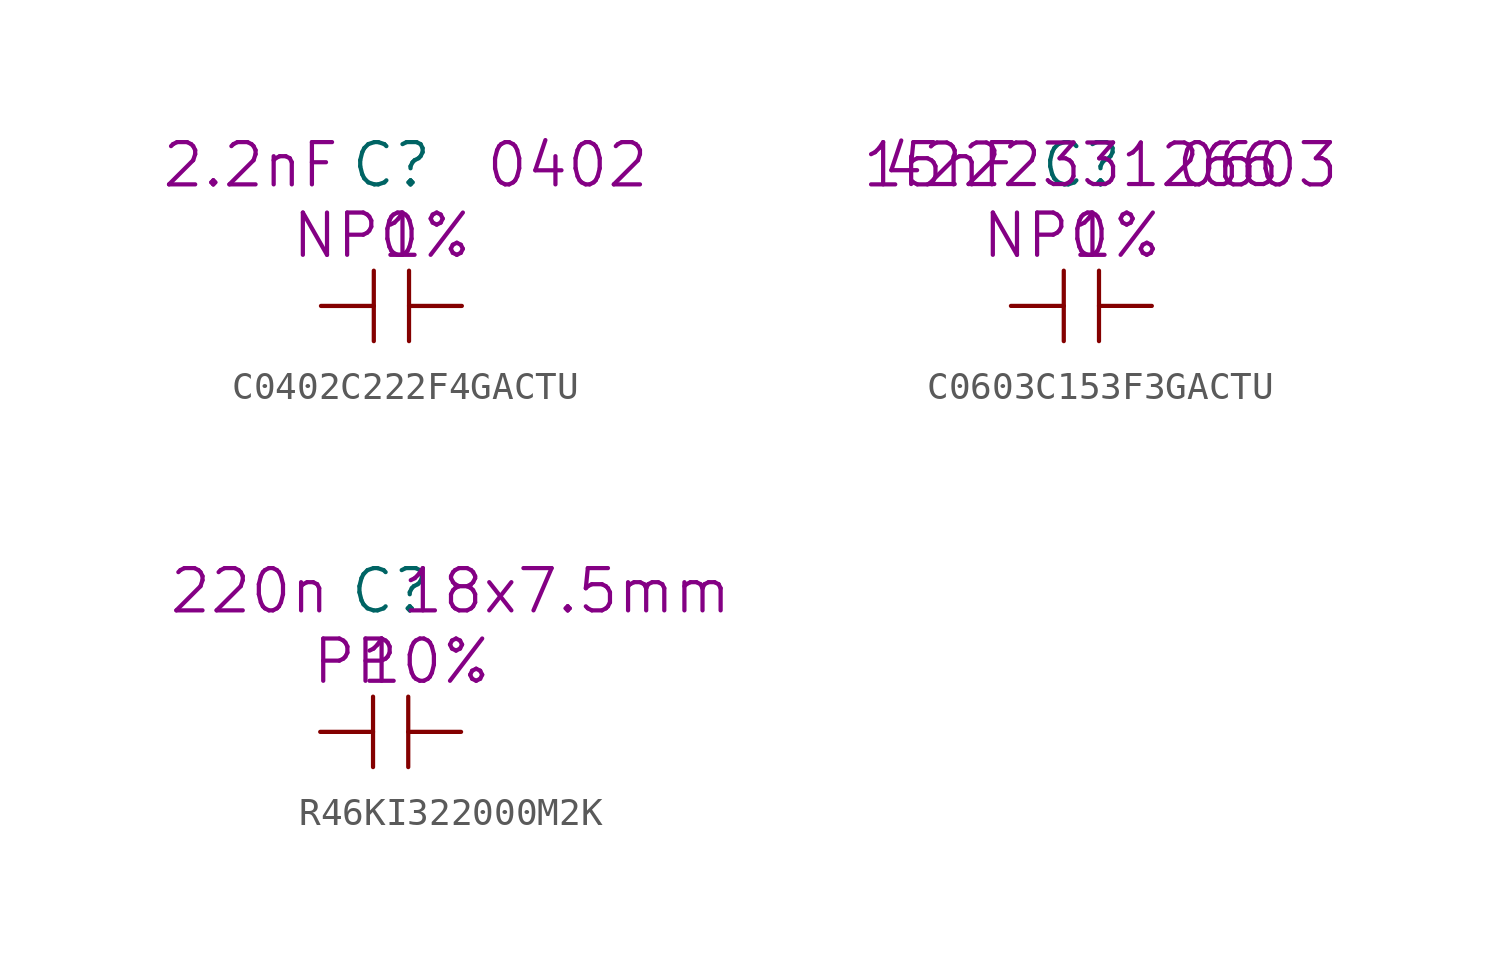
<source format=kicad_sym>
(kicad_symbol_lib
  (version 20220914)
  (generator kicad_symbol_editor)
  (symbol "C0402C222F4GACTU"
    (pin_numbers hide)
    (pin_names
      (offset 1.016) hide)
    (property "Reference" "C"
      (at 0 5.08 0)
      (effects (font (size 1.524 1.524))))
    (property "Value2" "2.2nF"
      (at -5.08 5.08 0)
      (effects (font (size 1.524 1.524))))
    (property "Size" "0402"
      (at 6.35 5.08 0)
      (effects (font (size 1.524 1.524))))
    (property "Tolerance" "1%"
      (at 1.27 2.54 0)
      (effects (font (size 1.524 1.524))))
    (property "Dielectric" "NP0"
      (at -1.27 2.54 0)
      (effects (font (size 1.524 1.524))))
    (symbol "C0402C222F4GACTU_0_1"
      (polyline (pts (xy -0.635 -1.27) (xy -0.635 1.27)) (stroke (width 0) (type solid)) (fill (type none)))
      (polyline (pts (xy 0.635 1.27) (xy 0.635 -1.27)) (stroke (width 0) (type solid)) (fill (type none))))
    (symbol "C0402C222F4GACTU_1_1"
      (pin passive line (at -2.54 0 0) (length 1.905) (name "1" (effects (font (size 1.27 1.27)))) (number "1" (effects (font (size 1.27 1.27)))))
      (pin passive line (at 2.54 0 180) (length 1.905) (name "2" (effects (font (size 1.27 1.27)))) (number "2" (effects (font (size 1.27 1.27)))))))
  (symbol "C0603C153F3GACTU"
    (pin_numbers hide)
    (pin_names
      (offset 1.016) hide)
    (property "Reference" "C"
      (at 0 5.08 0)
      (effects (font (size 1.524 1.524))))
    (property "Datasheet" ""
      (at 0 5.08 0)
      (effects (font (size 1.524 1.524))))
    (property "Value2" "15nF"
      (at -5.08 5.08 0)
      (effects (font (size 1.524 1.524))))
    (property "Size" "0603"
      (at 6.35 5.08 0)
      (effects (font (size 1.524 1.524))))
    (property "Tolerance" "1%"
      (at 1.27 2.54 0)
      (effects (font (size 1.524 1.524))))
    (property "Dielectric" "NP0"
      (at -1.27 2.54 0)
      (effects (font (size 1.524 1.524))))
    (property "AC" "4222331266"
      (at 0 5.08 0)
      (effects (font (size 1.499 1.499))))
    (symbol "C0603C153F3GACTU_0_1"
      (polyline (pts (xy -0.635 -1.27) (xy -0.635 1.27)) (stroke (width 0) (type solid)) (fill (type none)))
      (polyline (pts (xy 0.635 1.27) (xy 0.635 -1.27)) (stroke (width 0) (type solid)) (fill (type none))))
    (symbol "C0603C153F3GACTU_1_1"
      (pin passive line (at -2.54 0 0) (length 1.905) (name "1" (effects (font (size 1.27 1.27)))) (number "1" (effects (font (size 1.27 1.27)))))
      (pin passive line (at 2.54 0 180) (length 1.905) (name "2" (effects (font (size 1.27 1.27)))) (number "2" (effects (font (size 1.27 1.27)))))))
  (symbol "R46KI322000M2K"
    (pin_numbers hide)
    (pin_names
      (offset 1.016) hide)
    (property "Reference" "C"
      (at 0 5.08 0)
      (effects (font (size 1.524 1.524))))
    (property "Datasheet" ""
      (at 0 5.08 0)
      (effects (font (size 1.524 1.524))))
    (property "Value2" "220n"
      (at -5.08 5.08 0)
      (effects (font (size 1.524 1.524))))
    (property "Size" "18x7.5mm"
      (at 6.35 5.08 0)
      (effects (font (size 1.524 1.524))))
    (property "Tolerance" "10%"
      (at 1.27 2.54 0)
      (effects (font (size 1.524 1.524))))
    (property "Dielectric" "PP"
      (at -1.27 2.54 0)
      (effects (font (size 1.524 1.524))))
    (symbol "R46KI322000M2K_0_1"
      (polyline (pts (xy -0.635 -1.27) (xy -0.635 1.27)) (stroke (width 0) (type solid)) (fill (type none)))
      (polyline (pts (xy 0.635 1.27) (xy 0.635 -1.27)) (stroke (width 0) (type solid)) (fill (type none))))
    (symbol "R46KI322000M2K_1_1"
      (pin passive line (at -2.54 0 0) (length 1.905) (name "1" (effects (font (size 1.27 1.27)))) (number "1" (effects (font (size 1.27 1.27)))))
      (pin passive line (at 2.54 0 180) (length 1.905) (name "2" (effects (font (size 1.27 1.27)))) (number "2" (effects (font (size 1.27 1.27))))))))
</source>
